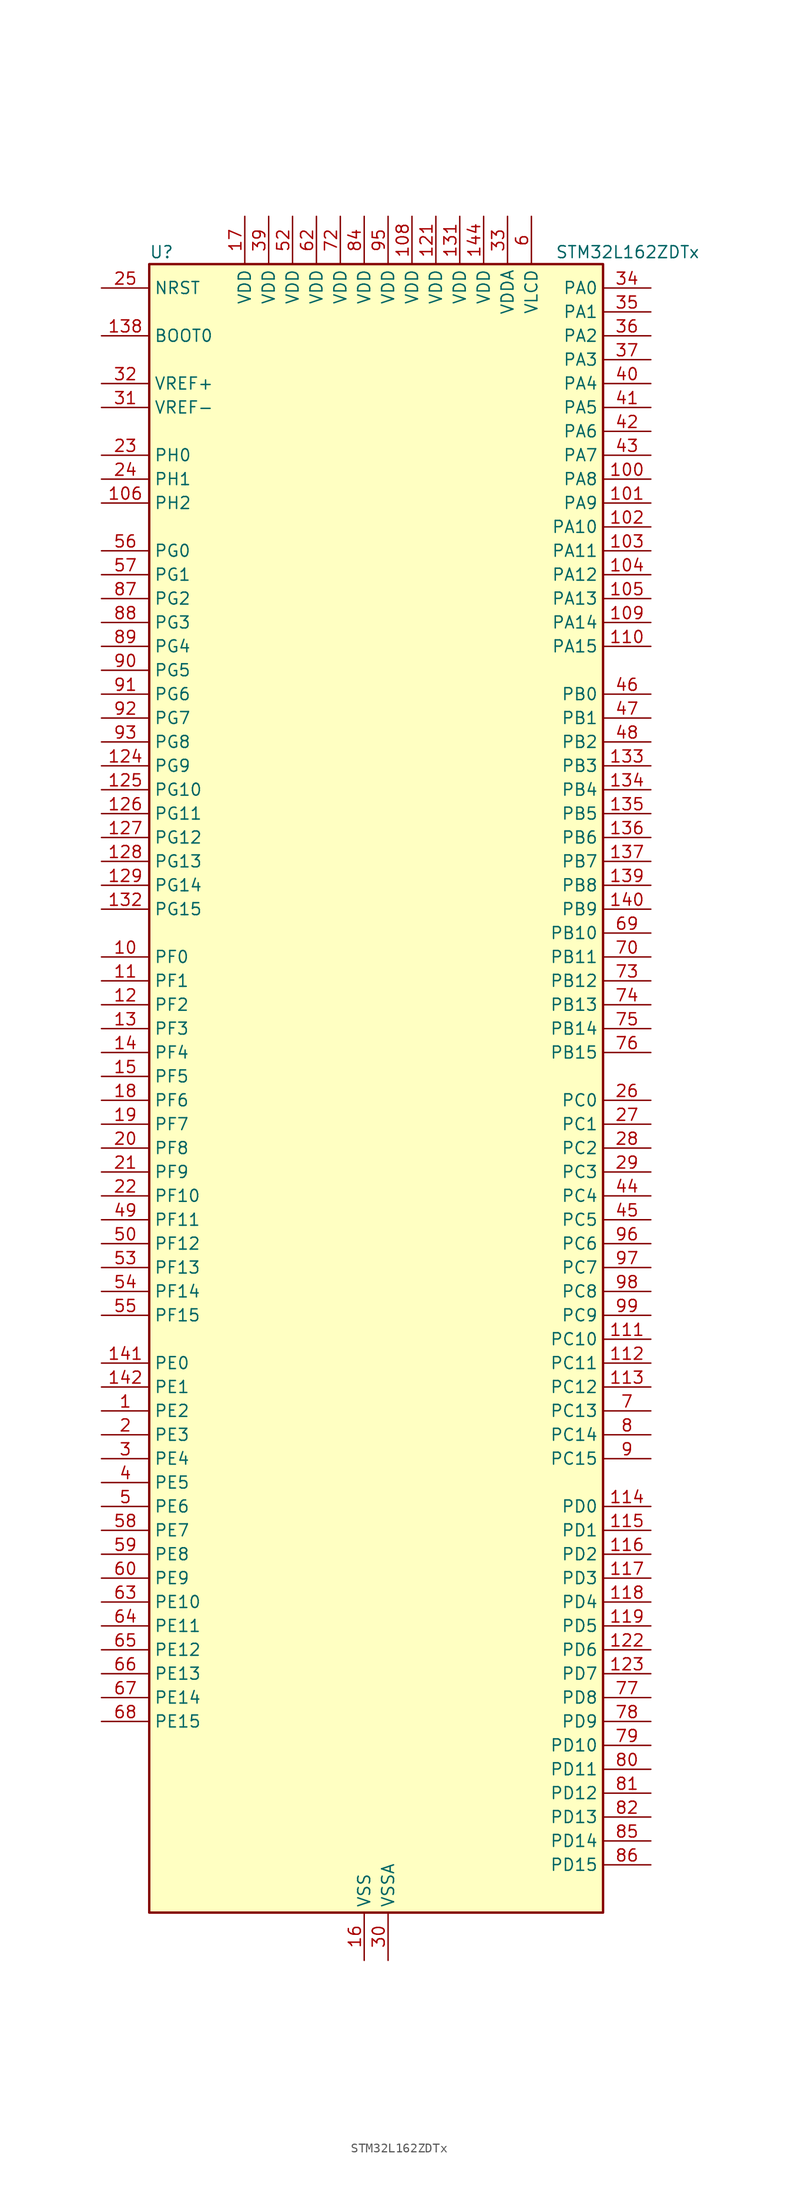
<source format=kicad_sym>
(kicad_symbol_lib
  (version 20231120)
  (generator "kicad-library-utils")
  (generator_version "8.0")
  (symbol "STM32L162ZDTx"
    (property "Reference" "U"
      (at -22.86 90.17 0)
      (effects (font (size 1.27 1.27)) (justify left)))
    (property "Value" "STM32L162ZDTx"
      (at 20.32 90.17 0)
      (effects (font (size 1.27 1.27)) (justify left)))
    (symbol "STM32L162ZDTx_0_1"
      (rectangle (start -22.86 -86.36) (end 25.4 88.9) (stroke (width 0.254) (type default)) (fill (type background))))
    (symbol "STM32L162ZDTx_1_1"
      (pin bidirectional line (at -27.94 -33.02 0) (length 5.08) (name "PE2" (effects (font (size 1.27 1.27)))) (number "1" (effects (font (size 1.27 1.27)))) (alternate "FSMC_A23" bidirectional line) (alternate "LCD_SEG38" bidirectional line) (alternate "SYS_TRACECK" bidirectional line) (alternate "TIM3_ETR" bidirectional line) (alternate "TIMX_IC3" bidirectional line))
      (pin bidirectional line (at -27.94 15.24 0) (length 5.08) (name "PF0" (effects (font (size 1.27 1.27)))) (number "10" (effects (font (size 1.27 1.27)))) (alternate "FSMC_A0" bidirectional line))
      (pin bidirectional line (at 30.48 66.04 180) (length 5.08) (name "PA8" (effects (font (size 1.27 1.27)))) (number "100" (effects (font (size 1.27 1.27)))) (alternate "LCD_COM0" bidirectional line) (alternate "RCC_MCO" bidirectional line) (alternate "TIMX_IC1" bidirectional line) (alternate "TS_G4_IO1" bidirectional line) (alternate "USART1_CK" bidirectional line))
      (pin bidirectional line (at 30.48 63.5 180) (length 5.08) (name "PA9" (effects (font (size 1.27 1.27)))) (number "101" (effects (font (size 1.27 1.27)))) (alternate "DAC_EXTI9" bidirectional line) (alternate "LCD_COM1" bidirectional line) (alternate "TIMX_IC2" bidirectional line) (alternate "TS_G4_IO2" bidirectional line) (alternate "USART1_TX" bidirectional line))
      (pin bidirectional line (at 30.48 60.96 180) (length 5.08) (name "PA10" (effects (font (size 1.27 1.27)))) (number "102" (effects (font (size 1.27 1.27)))) (alternate "LCD_COM2" bidirectional line) (alternate "TIMX_IC3" bidirectional line) (alternate "TS_G4_IO3" bidirectional line) (alternate "USART1_RX" bidirectional line))
      (pin bidirectional line (at 30.48 58.42 180) (length 5.08) (name "PA11" (effects (font (size 1.27 1.27)))) (number "103" (effects (font (size 1.27 1.27)))) (alternate "ADC_EXTI11" bidirectional line) (alternate "SPI1_MISO" bidirectional line) (alternate "TIMX_IC4" bidirectional line) (alternate "USART1_CTS" bidirectional line) (alternate "USB_DM" bidirectional line))
      (pin bidirectional line (at 30.48 55.88 180) (length 5.08) (name "PA12" (effects (font (size 1.27 1.27)))) (number "104" (effects (font (size 1.27 1.27)))) (alternate "SPI1_MOSI" bidirectional line) (alternate "TIMX_IC1" bidirectional line) (alternate "USART1_RTS" bidirectional line) (alternate "USB_DP" bidirectional line))
      (pin bidirectional line (at 30.48 53.34 180) (length 5.08) (name "PA13" (effects (font (size 1.27 1.27)))) (number "105" (effects (font (size 1.27 1.27)))) (alternate "SYS_JTMS-SWDIO" bidirectional line) (alternate "TIMX_IC2" bidirectional line) (alternate "TS_G5_IO1" bidirectional line))
      (pin bidirectional line (at -27.94 63.5 0) (length 5.08) (name "PH2" (effects (font (size 1.27 1.27)))) (number "106" (effects (font (size 1.27 1.27)))) (alternate "FSMC_A22" bidirectional line))
      (pin passive line (at 0 -91.44 90) (length 5.08) hide (name "VSS" (effects (font (size 1.27 1.27)))) (number "107" (effects (font (size 1.27 1.27)))))
      (pin power_in line (at 5.08 93.98 270) (length 5.08) (name "VDD" (effects (font (size 1.27 1.27)))) (number "108" (effects (font (size 1.27 1.27)))))
      (pin bidirectional line (at 30.48 50.8 180) (length 5.08) (name "PA14" (effects (font (size 1.27 1.27)))) (number "109" (effects (font (size 1.27 1.27)))) (alternate "SYS_JTCK-SWCLK" bidirectional line) (alternate "TIMX_IC3" bidirectional line) (alternate "TS_G5_IO2" bidirectional line))
      (pin bidirectional line (at -27.94 12.7 0) (length 5.08) (name "PF1" (effects (font (size 1.27 1.27)))) (number "11" (effects (font (size 1.27 1.27)))) (alternate "FSMC_A1" bidirectional line))
      (pin bidirectional line (at 30.48 48.26 180) (length 5.08) (name "PA15" (effects (font (size 1.27 1.27)))) (number "110" (effects (font (size 1.27 1.27)))) (alternate "ADC_EXTI15" bidirectional line) (alternate "I2S3_WS" bidirectional line) (alternate "LCD_SEG17" bidirectional line) (alternate "SPI1_NSS" bidirectional line) (alternate "SPI3_NSS" bidirectional line) (alternate "SYS_JTDI" bidirectional line) (alternate "TIM2_CH1" bidirectional line) (alternate "TIM2_ETR" bidirectional line) (alternate "TIMX_IC4" bidirectional line) (alternate "TS_G5_IO3" bidirectional line))
      (pin bidirectional line (at 30.48 -25.4 180) (length 5.08) (name "PC10" (effects (font (size 1.27 1.27)))) (number "111" (effects (font (size 1.27 1.27)))) (alternate "I2S3_CK" bidirectional line) (alternate "LCD_COM4" bidirectional line) (alternate "LCD_SEG28" bidirectional line) (alternate "LCD_SEG40" bidirectional line) (alternate "SDIO_D2" bidirectional line) (alternate "SPI3_SCK" bidirectional line) (alternate "TIMX_IC3" bidirectional line) (alternate "UART4_TX" bidirectional line) (alternate "USART3_TX" bidirectional line))
      (pin bidirectional line (at 30.48 -27.94 180) (length 5.08) (name "PC11" (effects (font (size 1.27 1.27)))) (number "112" (effects (font (size 1.27 1.27)))) (alternate "ADC_EXTI11" bidirectional line) (alternate "LCD_COM5" bidirectional line) (alternate "LCD_SEG29" bidirectional line) (alternate "LCD_SEG41" bidirectional line) (alternate "SDIO_D3" bidirectional line) (alternate "SPI3_MISO" bidirectional line) (alternate "TIMX_IC4" bidirectional line) (alternate "UART4_RX" bidirectional line) (alternate "USART3_RX" bidirectional line))
      (pin bidirectional line (at 30.48 -30.48 180) (length 5.08) (name "PC12" (effects (font (size 1.27 1.27)))) (number "113" (effects (font (size 1.27 1.27)))) (alternate "I2S3_SD" bidirectional line) (alternate "LCD_COM6" bidirectional line) (alternate "LCD_SEG30" bidirectional line) (alternate "LCD_SEG42" bidirectional line) (alternate "SDIO_CK" bidirectional line) (alternate "SPI3_MOSI" bidirectional line) (alternate "TIMX_IC1" bidirectional line) (alternate "UART5_TX" bidirectional line) (alternate "USART3_CK" bidirectional line))
      (pin bidirectional line (at 30.48 -43.18 180) (length 5.08) (name "PD0" (effects (font (size 1.27 1.27)))) (number "114" (effects (font (size 1.27 1.27)))) (alternate "FSMC_D2" bidirectional line) (alternate "FSMC_DA2" bidirectional line) (alternate "I2S2_WS" bidirectional line) (alternate "SPI2_NSS" bidirectional line) (alternate "TIM9_CH1" bidirectional line) (alternate "TIMX_IC1" bidirectional line))
      (pin bidirectional line (at 30.48 -45.72 180) (length 5.08) (name "PD1" (effects (font (size 1.27 1.27)))) (number "115" (effects (font (size 1.27 1.27)))) (alternate "FSMC_D3" bidirectional line) (alternate "FSMC_DA3" bidirectional line) (alternate "I2S2_CK" bidirectional line) (alternate "SPI2_SCK" bidirectional line) (alternate "TIMX_IC2" bidirectional line))
      (pin bidirectional line (at 30.48 -48.26 180) (length 5.08) (name "PD2" (effects (font (size 1.27 1.27)))) (number "116" (effects (font (size 1.27 1.27)))) (alternate "LCD_COM7" bidirectional line) (alternate "LCD_SEG31" bidirectional line) (alternate "LCD_SEG43" bidirectional line) (alternate "SDIO_CMD" bidirectional line) (alternate "TIM3_ETR" bidirectional line) (alternate "TIMX_IC3" bidirectional line) (alternate "UART5_RX" bidirectional line))
      (pin bidirectional line (at 30.48 -50.8 180) (length 5.08) (name "PD3" (effects (font (size 1.27 1.27)))) (number "117" (effects (font (size 1.27 1.27)))) (alternate "FSMC_CLK" bidirectional line) (alternate "SPI2_MISO" bidirectional line) (alternate "TIMX_IC4" bidirectional line) (alternate "USART2_CTS" bidirectional line))
      (pin bidirectional line (at 30.48 -53.34 180) (length 5.08) (name "PD4" (effects (font (size 1.27 1.27)))) (number "118" (effects (font (size 1.27 1.27)))) (alternate "FSMC_NOE" bidirectional line) (alternate "I2S2_SD" bidirectional line) (alternate "SPI2_MOSI" bidirectional line) (alternate "TIMX_IC1" bidirectional line) (alternate "USART2_RTS" bidirectional line))
      (pin bidirectional line (at 30.48 -55.88 180) (length 5.08) (name "PD5" (effects (font (size 1.27 1.27)))) (number "119" (effects (font (size 1.27 1.27)))) (alternate "FSMC_NWE" bidirectional line) (alternate "TIMX_IC2" bidirectional line) (alternate "USART2_TX" bidirectional line))
      (pin bidirectional line (at -27.94 10.16 0) (length 5.08) (name "PF2" (effects (font (size 1.27 1.27)))) (number "12" (effects (font (size 1.27 1.27)))) (alternate "FSMC_A2" bidirectional line))
      (pin passive line (at 0 -91.44 90) (length 5.08) hide (name "VSS" (effects (font (size 1.27 1.27)))) (number "120" (effects (font (size 1.27 1.27)))))
      (pin power_in line (at 7.62 93.98 270) (length 5.08) (name "VDD" (effects (font (size 1.27 1.27)))) (number "121" (effects (font (size 1.27 1.27)))))
      (pin bidirectional line (at 30.48 -58.42 180) (length 5.08) (name "PD6" (effects (font (size 1.27 1.27)))) (number "122" (effects (font (size 1.27 1.27)))) (alternate "FSMC_NWAIT" bidirectional line) (alternate "TIMX_IC3" bidirectional line) (alternate "USART2_RX" bidirectional line))
      (pin bidirectional line (at 30.48 -60.96 180) (length 5.08) (name "PD7" (effects (font (size 1.27 1.27)))) (number "123" (effects (font (size 1.27 1.27)))) (alternate "FSMC_NE1" bidirectional line) (alternate "TIM9_CH2" bidirectional line) (alternate "TIMX_IC4" bidirectional line) (alternate "USART2_CK" bidirectional line))
      (pin bidirectional line (at -27.94 35.56 0) (length 5.08) (name "PG9" (effects (font (size 1.27 1.27)))) (number "124" (effects (font (size 1.27 1.27)))) (alternate "DAC_EXTI9" bidirectional line) (alternate "FSMC_NE2" bidirectional line))
      (pin bidirectional line (at -27.94 33.02 0) (length 5.08) (name "PG10" (effects (font (size 1.27 1.27)))) (number "125" (effects (font (size 1.27 1.27)))) (alternate "FSMC_NE3" bidirectional line))
      (pin bidirectional line (at -27.94 30.48 0) (length 5.08) (name "PG11" (effects (font (size 1.27 1.27)))) (number "126" (effects (font (size 1.27 1.27)))) (alternate "ADC_EXTI11" bidirectional line))
      (pin bidirectional line (at -27.94 27.94 0) (length 5.08) (name "PG12" (effects (font (size 1.27 1.27)))) (number "127" (effects (font (size 1.27 1.27)))) (alternate "FSMC_NE4" bidirectional line))
      (pin bidirectional line (at -27.94 25.4 0) (length 5.08) (name "PG13" (effects (font (size 1.27 1.27)))) (number "128" (effects (font (size 1.27 1.27)))) (alternate "FSMC_A24" bidirectional line))
      (pin bidirectional line (at -27.94 22.86 0) (length 5.08) (name "PG14" (effects (font (size 1.27 1.27)))) (number "129" (effects (font (size 1.27 1.27)))) (alternate "FSMC_A25" bidirectional line))
      (pin bidirectional line (at -27.94 7.62 0) (length 5.08) (name "PF3" (effects (font (size 1.27 1.27)))) (number "13" (effects (font (size 1.27 1.27)))) (alternate "FSMC_A3" bidirectional line))
      (pin passive line (at 0 -91.44 90) (length 5.08) hide (name "VSS" (effects (font (size 1.27 1.27)))) (number "130" (effects (font (size 1.27 1.27)))))
      (pin power_in line (at 10.16 93.98 270) (length 5.08) (name "VDD" (effects (font (size 1.27 1.27)))) (number "131" (effects (font (size 1.27 1.27)))))
      (pin bidirectional line (at -27.94 20.32 0) (length 5.08) (name "PG15" (effects (font (size 1.27 1.27)))) (number "132" (effects (font (size 1.27 1.27)))) (alternate "ADC_EXTI15" bidirectional line))
      (pin bidirectional line (at 30.48 35.56 180) (length 5.08) (name "PB3" (effects (font (size 1.27 1.27)))) (number "133" (effects (font (size 1.27 1.27)))) (alternate "COMP2_INM" bidirectional line) (alternate "I2S3_CK" bidirectional line) (alternate "LCD_SEG7" bidirectional line) (alternate "SPI1_SCK" bidirectional line) (alternate "SPI3_SCK" bidirectional line) (alternate "SYS_JTDO-TRACESWO" bidirectional line) (alternate "TIM2_CH2" bidirectional line))
      (pin bidirectional line (at 30.48 33.02 180) (length 5.08) (name "PB4" (effects (font (size 1.27 1.27)))) (number "134" (effects (font (size 1.27 1.27)))) (alternate "COMP2_INP" bidirectional line) (alternate "LCD_SEG8" bidirectional line) (alternate "SPI1_MISO" bidirectional line) (alternate "SPI3_MISO" bidirectional line) (alternate "SYS_JTRST" bidirectional line) (alternate "TIM3_CH1" bidirectional line) (alternate "TS_G6_IO1" bidirectional line))
      (pin bidirectional line (at 30.48 30.48 180) (length 5.08) (name "PB5" (effects (font (size 1.27 1.27)))) (number "135" (effects (font (size 1.27 1.27)))) (alternate "COMP2_INP" bidirectional line) (alternate "I2C1_SMBA" bidirectional line) (alternate "I2S3_SD" bidirectional line) (alternate "LCD_SEG9" bidirectional line) (alternate "SPI1_MOSI" bidirectional line) (alternate "SPI3_MOSI" bidirectional line) (alternate "TIM3_CH2" bidirectional line) (alternate "TS_G6_IO2" bidirectional line))
      (pin bidirectional line (at 30.48 27.94 180) (length 5.08) (name "PB6" (effects (font (size 1.27 1.27)))) (number "136" (effects (font (size 1.27 1.27)))) (alternate "COMP2_INP" bidirectional line) (alternate "I2C1_SCL" bidirectional line) (alternate "TIM4_CH1" bidirectional line) (alternate "TS_G6_IO3" bidirectional line) (alternate "USART1_TX" bidirectional line))
      (pin bidirectional line (at 30.48 25.4 180) (length 5.08) (name "PB7" (effects (font (size 1.27 1.27)))) (number "137" (effects (font (size 1.27 1.27)))) (alternate "COMP2_INP" bidirectional line) (alternate "FSMC_NL" bidirectional line) (alternate "I2C1_SDA" bidirectional line) (alternate "SYS_PVD_IN" bidirectional line) (alternate "TIM4_CH2" bidirectional line) (alternate "TS_G6_IO4" bidirectional line) (alternate "USART1_RX" bidirectional line))
      (pin input line (at -27.94 81.28 0) (length 5.08) (name "BOOT0" (effects (font (size 1.27 1.27)))) (number "138" (effects (font (size 1.27 1.27)))))
      (pin bidirectional line (at 30.48 22.86 180) (length 5.08) (name "PB8" (effects (font (size 1.27 1.27)))) (number "139" (effects (font (size 1.27 1.27)))) (alternate "I2C1_SCL" bidirectional line) (alternate "LCD_SEG16" bidirectional line) (alternate "SDIO_D4" bidirectional line) (alternate "TIM10_CH1" bidirectional line) (alternate "TIM4_CH3" bidirectional line))
      (pin bidirectional line (at -27.94 5.08 0) (length 5.08) (name "PF4" (effects (font (size 1.27 1.27)))) (number "14" (effects (font (size 1.27 1.27)))) (alternate "FSMC_A4" bidirectional line))
      (pin bidirectional line (at 30.48 20.32 180) (length 5.08) (name "PB9" (effects (font (size 1.27 1.27)))) (number "140" (effects (font (size 1.27 1.27)))) (alternate "DAC_EXTI9" bidirectional line) (alternate "I2C1_SDA" bidirectional line) (alternate "LCD_COM3" bidirectional line) (alternate "SDIO_D5" bidirectional line) (alternate "TIM11_CH1" bidirectional line) (alternate "TIM4_CH4" bidirectional line))
      (pin bidirectional line (at -27.94 -27.94 0) (length 5.08) (name "PE0" (effects (font (size 1.27 1.27)))) (number "141" (effects (font (size 1.27 1.27)))) (alternate "FSMC_NBL0" bidirectional line) (alternate "LCD_SEG36" bidirectional line) (alternate "TIM10_CH1" bidirectional line) (alternate "TIM4_ETR" bidirectional line) (alternate "TIMX_IC1" bidirectional line))
      (pin bidirectional line (at -27.94 -30.48 0) (length 5.08) (name "PE1" (effects (font (size 1.27 1.27)))) (number "142" (effects (font (size 1.27 1.27)))) (alternate "FSMC_NBL1" bidirectional line) (alternate "LCD_SEG37" bidirectional line) (alternate "TIM11_CH1" bidirectional line) (alternate "TIMX_IC2" bidirectional line))
      (pin passive line (at 0 -91.44 90) (length 5.08) hide (name "VSS" (effects (font (size 1.27 1.27)))) (number "143" (effects (font (size 1.27 1.27)))))
      (pin power_in line (at 12.7 93.98 270) (length 5.08) (name "VDD" (effects (font (size 1.27 1.27)))) (number "144" (effects (font (size 1.27 1.27)))))
      (pin bidirectional line (at -27.94 2.54 0) (length 5.08) (name "PF5" (effects (font (size 1.27 1.27)))) (number "15" (effects (font (size 1.27 1.27)))) (alternate "FSMC_A5" bidirectional line))
      (pin power_in line (at 0 -91.44 90) (length 5.08) (name "VSS" (effects (font (size 1.27 1.27)))) (number "16" (effects (font (size 1.27 1.27)))))
      (pin power_in line (at -12.7 93.98 270) (length 5.08) (name "VDD" (effects (font (size 1.27 1.27)))) (number "17" (effects (font (size 1.27 1.27)))))
      (pin bidirectional line (at -27.94 0 0) (length 5.08) (name "PF6" (effects (font (size 1.27 1.27)))) (number "18" (effects (font (size 1.27 1.27)))) (alternate "ADC_IN27" bidirectional line) (alternate "TIM5_CH1" bidirectional line) (alternate "TIM5_ETR" bidirectional line) (alternate "TS_G11_IO1" bidirectional line))
      (pin bidirectional line (at -27.94 -2.54 0) (length 5.08) (name "PF7" (effects (font (size 1.27 1.27)))) (number "19" (effects (font (size 1.27 1.27)))) (alternate "ADC_IN28" bidirectional line) (alternate "COMP1_INP" bidirectional line) (alternate "TIM5_CH2" bidirectional line) (alternate "TS_G11_IO2" bidirectional line))
      (pin bidirectional line (at -27.94 -35.56 0) (length 5.08) (name "PE3" (effects (font (size 1.27 1.27)))) (number "2" (effects (font (size 1.27 1.27)))) (alternate "FSMC_A19" bidirectional line) (alternate "LCD_SEG39" bidirectional line) (alternate "SYS_TRACED0" bidirectional line) (alternate "TIM3_CH1" bidirectional line) (alternate "TIMX_IC4" bidirectional line))
      (pin bidirectional line (at -27.94 -5.08 0) (length 5.08) (name "PF8" (effects (font (size 1.27 1.27)))) (number "20" (effects (font (size 1.27 1.27)))) (alternate "ADC_IN29" bidirectional line) (alternate "COMP1_INP" bidirectional line) (alternate "TIM5_CH3" bidirectional line) (alternate "TS_G11_IO3" bidirectional line))
      (pin bidirectional line (at -27.94 -7.62 0) (length 5.08) (name "PF9" (effects (font (size 1.27 1.27)))) (number "21" (effects (font (size 1.27 1.27)))) (alternate "ADC_IN30" bidirectional line) (alternate "COMP1_INP" bidirectional line) (alternate "DAC_EXTI9" bidirectional line) (alternate "TIM5_CH4" bidirectional line) (alternate "TS_G11_IO4" bidirectional line))
      (pin bidirectional line (at -27.94 -10.16 0) (length 5.08) (name "PF10" (effects (font (size 1.27 1.27)))) (number "22" (effects (font (size 1.27 1.27)))) (alternate "ADC_IN31" bidirectional line) (alternate "COMP1_INP" bidirectional line) (alternate "TS_G11_IO5" bidirectional line))
      (pin bidirectional line (at -27.94 68.58 0) (length 5.08) (name "PH0" (effects (font (size 1.27 1.27)))) (number "23" (effects (font (size 1.27 1.27)))) (alternate "RCC_OSC_IN" bidirectional line))
      (pin bidirectional line (at -27.94 66.04 0) (length 5.08) (name "PH1" (effects (font (size 1.27 1.27)))) (number "24" (effects (font (size 1.27 1.27)))) (alternate "RCC_OSC_OUT" bidirectional line))
      (pin input line (at -27.94 86.36 0) (length 5.08) (name "NRST" (effects (font (size 1.27 1.27)))) (number "25" (effects (font (size 1.27 1.27)))))
      (pin bidirectional line (at 30.48 0 180) (length 5.08) (name "PC0" (effects (font (size 1.27 1.27)))) (number "26" (effects (font (size 1.27 1.27)))) (alternate "ADC_IN10" bidirectional line) (alternate "COMP1_INP" bidirectional line) (alternate "LCD_SEG18" bidirectional line) (alternate "TIMX_IC1" bidirectional line) (alternate "TS_G8_IO1" bidirectional line))
      (pin bidirectional line (at 30.48 -2.54 180) (length 5.08) (name "PC1" (effects (font (size 1.27 1.27)))) (number "27" (effects (font (size 1.27 1.27)))) (alternate "ADC_IN11" bidirectional line) (alternate "COMP1_INP" bidirectional line) (alternate "LCD_SEG19" bidirectional line) (alternate "OPAMP3_VINP" bidirectional line) (alternate "TIMX_IC2" bidirectional line) (alternate "TS_G8_IO2" bidirectional line))
      (pin bidirectional line (at 30.48 -5.08 180) (length 5.08) (name "PC2" (effects (font (size 1.27 1.27)))) (number "28" (effects (font (size 1.27 1.27)))) (alternate "ADC_IN12" bidirectional line) (alternate "COMP1_INP" bidirectional line) (alternate "LCD_SEG20" bidirectional line) (alternate "OPAMP3_VINM" bidirectional line) (alternate "TIMX_IC3" bidirectional line) (alternate "TS_G8_IO3" bidirectional line))
      (pin bidirectional line (at 30.48 -7.62 180) (length 5.08) (name "PC3" (effects (font (size 1.27 1.27)))) (number "29" (effects (font (size 1.27 1.27)))) (alternate "ADC_IN13" bidirectional line) (alternate "COMP1_INP" bidirectional line) (alternate "LCD_SEG21" bidirectional line) (alternate "OPAMP3_VOUT" bidirectional line) (alternate "TIMX_IC4" bidirectional line) (alternate "TS_G8_IO4" bidirectional line))
      (pin bidirectional line (at -27.94 -38.1 0) (length 5.08) (name "PE4" (effects (font (size 1.27 1.27)))) (number "3" (effects (font (size 1.27 1.27)))) (alternate "FSMC_A20" bidirectional line) (alternate "SYS_TRACED1" bidirectional line) (alternate "TIM3_CH2" bidirectional line) (alternate "TIMX_IC1" bidirectional line))
      (pin power_in line (at 2.54 -91.44 90) (length 5.08) (name "VSSA" (effects (font (size 1.27 1.27)))) (number "30" (effects (font (size 1.27 1.27)))))
      (pin input line (at -27.94 73.66 0) (length 5.08) (name "VREF-" (effects (font (size 1.27 1.27)))) (number "31" (effects (font (size 1.27 1.27)))))
      (pin input line (at -27.94 76.2 0) (length 5.08) (name "VREF+" (effects (font (size 1.27 1.27)))) (number "32" (effects (font (size 1.27 1.27)))))
      (pin power_in line (at 15.24 93.98 270) (length 5.08) (name "VDDA" (effects (font (size 1.27 1.27)))) (number "33" (effects (font (size 1.27 1.27)))))
      (pin bidirectional line (at 30.48 86.36 180) (length 5.08) (name "PA0" (effects (font (size 1.27 1.27)))) (number "34" (effects (font (size 1.27 1.27)))) (alternate "ADC_IN0" bidirectional line) (alternate "COMP1_INP" bidirectional line) (alternate "RTC_TAMP2" bidirectional line) (alternate "SYS_WKUP1" bidirectional line) (alternate "TIM2_CH1" bidirectional line) (alternate "TIM2_ETR" bidirectional line) (alternate "TIM5_CH1" bidirectional line) (alternate "TIMX_IC1" bidirectional line) (alternate "TS_G1_IO1" bidirectional line) (alternate "USART2_CTS" bidirectional line))
      (pin bidirectional line (at 30.48 83.82 180) (length 5.08) (name "PA1" (effects (font (size 1.27 1.27)))) (number "35" (effects (font (size 1.27 1.27)))) (alternate "ADC_IN1" bidirectional line) (alternate "COMP1_INP" bidirectional line) (alternate "LCD_SEG0" bidirectional line) (alternate "OPAMP1_VINP" bidirectional line) (alternate "TIM2_CH2" bidirectional line) (alternate "TIM5_CH2" bidirectional line) (alternate "TIMX_IC2" bidirectional line) (alternate "TS_G1_IO2" bidirectional line) (alternate "USART2_RTS" bidirectional line))
      (pin bidirectional line (at 30.48 81.28 180) (length 5.08) (name "PA2" (effects (font (size 1.27 1.27)))) (number "36" (effects (font (size 1.27 1.27)))) (alternate "ADC_IN2" bidirectional line) (alternate "COMP1_INP" bidirectional line) (alternate "LCD_SEG1" bidirectional line) (alternate "OPAMP1_VINM" bidirectional line) (alternate "TIM2_CH3" bidirectional line) (alternate "TIM5_CH3" bidirectional line) (alternate "TIM9_CH1" bidirectional line) (alternate "TIMX_IC3" bidirectional line) (alternate "TS_G1_IO3" bidirectional line) (alternate "USART2_TX" bidirectional line))
      (pin bidirectional line (at 30.48 78.74 180) (length 5.08) (name "PA3" (effects (font (size 1.27 1.27)))) (number "37" (effects (font (size 1.27 1.27)))) (alternate "ADC_IN3" bidirectional line) (alternate "COMP1_INP" bidirectional line) (alternate "LCD_SEG2" bidirectional line) (alternate "OPAMP1_VOUT" bidirectional line) (alternate "TIM2_CH4" bidirectional line) (alternate "TIM5_CH4" bidirectional line) (alternate "TIM9_CH2" bidirectional line) (alternate "TIMX_IC4" bidirectional line) (alternate "TS_G1_IO4" bidirectional line) (alternate "USART2_RX" bidirectional line))
      (pin passive line (at 0 -91.44 90) (length 5.08) hide (name "VSS" (effects (font (size 1.27 1.27)))) (number "38" (effects (font (size 1.27 1.27)))))
      (pin power_in line (at -10.16 93.98 270) (length 5.08) (name "VDD" (effects (font (size 1.27 1.27)))) (number "39" (effects (font (size 1.27 1.27)))))
      (pin bidirectional line (at -27.94 -40.64 0) (length 5.08) (name "PE5" (effects (font (size 1.27 1.27)))) (number "4" (effects (font (size 1.27 1.27)))) (alternate "FSMC_A21" bidirectional line) (alternate "SYS_TRACED2" bidirectional line) (alternate "TIM9_CH1" bidirectional line) (alternate "TIMX_IC2" bidirectional line))
      (pin bidirectional line (at 30.48 76.2 180) (length 5.08) (name "PA4" (effects (font (size 1.27 1.27)))) (number "40" (effects (font (size 1.27 1.27)))) (alternate "ADC_IN4" bidirectional line) (alternate "COMP1_INP" bidirectional line) (alternate "DAC_OUT1" bidirectional line) (alternate "I2S3_WS" bidirectional line) (alternate "SPI1_NSS" bidirectional line) (alternate "SPI3_NSS" bidirectional line) (alternate "TIMX_IC1" bidirectional line) (alternate "USART2_CK" bidirectional line))
      (pin bidirectional line (at 30.48 73.66 180) (length 5.08) (name "PA5" (effects (font (size 1.27 1.27)))) (number "41" (effects (font (size 1.27 1.27)))) (alternate "ADC_IN5" bidirectional line) (alternate "COMP1_INP" bidirectional line) (alternate "DAC_OUT2" bidirectional line) (alternate "SPI1_SCK" bidirectional line) (alternate "TIM2_CH1" bidirectional line) (alternate "TIM2_ETR" bidirectional line) (alternate "TIMX_IC2" bidirectional line))
      (pin bidirectional line (at 30.48 71.12 180) (length 5.08) (name "PA6" (effects (font (size 1.27 1.27)))) (number "42" (effects (font (size 1.27 1.27)))) (alternate "ADC_IN6" bidirectional line) (alternate "COMP1_INP" bidirectional line) (alternate "LCD_SEG3" bidirectional line) (alternate "OPAMP2_VINP" bidirectional line) (alternate "SPI1_MISO" bidirectional line) (alternate "TIM10_CH1" bidirectional line) (alternate "TIM3_CH1" bidirectional line) (alternate "TIMX_IC3" bidirectional line) (alternate "TS_G2_IO1" bidirectional line))
      (pin bidirectional line (at 30.48 68.58 180) (length 5.08) (name "PA7" (effects (font (size 1.27 1.27)))) (number "43" (effects (font (size 1.27 1.27)))) (alternate "ADC_IN7" bidirectional line) (alternate "COMP1_INP" bidirectional line) (alternate "LCD_SEG4" bidirectional line) (alternate "OPAMP2_VINM" bidirectional line) (alternate "SPI1_MOSI" bidirectional line) (alternate "TIM11_CH1" bidirectional line) (alternate "TIM3_CH2" bidirectional line) (alternate "TIMX_IC4" bidirectional line) (alternate "TS_G2_IO2" bidirectional line))
      (pin bidirectional line (at 30.48 -10.16 180) (length 5.08) (name "PC4" (effects (font (size 1.27 1.27)))) (number "44" (effects (font (size 1.27 1.27)))) (alternate "ADC_IN14" bidirectional line) (alternate "COMP1_INP" bidirectional line) (alternate "LCD_SEG22" bidirectional line) (alternate "TIMX_IC1" bidirectional line) (alternate "TS_G9_IO1" bidirectional line))
      (pin bidirectional line (at 30.48 -12.7 180) (length 5.08) (name "PC5" (effects (font (size 1.27 1.27)))) (number "45" (effects (font (size 1.27 1.27)))) (alternate "ADC_IN15" bidirectional line) (alternate "COMP1_INP" bidirectional line) (alternate "LCD_SEG23" bidirectional line) (alternate "TIMX_IC2" bidirectional line) (alternate "TS_G9_IO2" bidirectional line))
      (pin bidirectional line (at 30.48 43.18 180) (length 5.08) (name "PB0" (effects (font (size 1.27 1.27)))) (number "46" (effects (font (size 1.27 1.27)))) (alternate "ADC_IN8" bidirectional line) (alternate "COMP1_INP" bidirectional line) (alternate "LCD_SEG5" bidirectional line) (alternate "OPAMP2_VOUT" bidirectional line) (alternate "SYS_V_REF_OUT" bidirectional line) (alternate "TIM3_CH3" bidirectional line) (alternate "TS_G3_IO1" bidirectional line))
      (pin bidirectional line (at 30.48 40.64 180) (length 5.08) (name "PB1" (effects (font (size 1.27 1.27)))) (number "47" (effects (font (size 1.27 1.27)))) (alternate "ADC_IN9" bidirectional line) (alternate "COMP1_INP" bidirectional line) (alternate "LCD_SEG6" bidirectional line) (alternate "SYS_V_REF_OUT" bidirectional line) (alternate "TIM3_CH4" bidirectional line) (alternate "TS_G3_IO2" bidirectional line))
      (pin bidirectional line (at 30.48 38.1 180) (length 5.08) (name "PB2" (effects (font (size 1.27 1.27)))) (number "48" (effects (font (size 1.27 1.27)))) (alternate "ADC_IN0b" bidirectional line) (alternate "TS_G3_IO3" bidirectional line))
      (pin bidirectional line (at -27.94 -12.7 0) (length 5.08) (name "PF11" (effects (font (size 1.27 1.27)))) (number "49" (effects (font (size 1.27 1.27)))) (alternate "ADC_EXTI11" bidirectional line) (alternate "ADC_IN1b" bidirectional line) (alternate "TS_G3_IO4" bidirectional line))
      (pin bidirectional line (at -27.94 -43.18 0) (length 5.08) (name "PE6" (effects (font (size 1.27 1.27)))) (number "5" (effects (font (size 1.27 1.27)))) (alternate "RTC_TAMP3" bidirectional line) (alternate "SYS_TRACED3" bidirectional line) (alternate "SYS_WKUP3" bidirectional line) (alternate "TIM9_CH2" bidirectional line) (alternate "TIMX_IC3" bidirectional line))
      (pin bidirectional line (at -27.94 -15.24 0) (length 5.08) (name "PF12" (effects (font (size 1.27 1.27)))) (number "50" (effects (font (size 1.27 1.27)))) (alternate "ADC_IN2b" bidirectional line) (alternate "FSMC_A6" bidirectional line) (alternate "TS_G3_IO5" bidirectional line))
      (pin passive line (at 0 -91.44 90) (length 5.08) hide (name "VSS" (effects (font (size 1.27 1.27)))) (number "51" (effects (font (size 1.27 1.27)))))
      (pin power_in line (at -7.62 93.98 270) (length 5.08) (name "VDD" (effects (font (size 1.27 1.27)))) (number "52" (effects (font (size 1.27 1.27)))))
      (pin bidirectional line (at -27.94 -17.78 0) (length 5.08) (name "PF13" (effects (font (size 1.27 1.27)))) (number "53" (effects (font (size 1.27 1.27)))) (alternate "ADC_IN3b" bidirectional line) (alternate "FSMC_A7" bidirectional line) (alternate "TS_G9_IO3" bidirectional line))
      (pin bidirectional line (at -27.94 -20.32 0) (length 5.08) (name "PF14" (effects (font (size 1.27 1.27)))) (number "54" (effects (font (size 1.27 1.27)))) (alternate "ADC_IN6b" bidirectional line) (alternate "FSMC_A8" bidirectional line) (alternate "TS_G9_IO4" bidirectional line))
      (pin bidirectional line (at -27.94 -22.86 0) (length 5.08) (name "PF15" (effects (font (size 1.27 1.27)))) (number "55" (effects (font (size 1.27 1.27)))) (alternate "ADC_EXTI15" bidirectional line) (alternate "ADC_IN7b" bidirectional line) (alternate "FSMC_A9" bidirectional line) (alternate "TS_G2_IO3" bidirectional line))
      (pin bidirectional line (at -27.94 58.42 0) (length 5.08) (name "PG0" (effects (font (size 1.27 1.27)))) (number "56" (effects (font (size 1.27 1.27)))) (alternate "ADC_IN8b" bidirectional line) (alternate "FSMC_A10" bidirectional line) (alternate "TS_G2_IO4" bidirectional line))
      (pin bidirectional line (at -27.94 55.88 0) (length 5.08) (name "PG1" (effects (font (size 1.27 1.27)))) (number "57" (effects (font (size 1.27 1.27)))) (alternate "ADC_IN9b" bidirectional line) (alternate "FSMC_A11" bidirectional line) (alternate "TS_G2_IO5" bidirectional line))
      (pin bidirectional line (at -27.94 -45.72 0) (length 5.08) (name "PE7" (effects (font (size 1.27 1.27)))) (number "58" (effects (font (size 1.27 1.27)))) (alternate "ADC_IN22" bidirectional line) (alternate "COMP1_INP" bidirectional line) (alternate "FSMC_D4" bidirectional line) (alternate "FSMC_DA4" bidirectional line) (alternate "TIMX_IC4" bidirectional line))
      (pin bidirectional line (at -27.94 -48.26 0) (length 5.08) (name "PE8" (effects (font (size 1.27 1.27)))) (number "59" (effects (font (size 1.27 1.27)))) (alternate "ADC_IN23" bidirectional line) (alternate "COMP1_INP" bidirectional line) (alternate "FSMC_D5" bidirectional line) (alternate "FSMC_DA5" bidirectional line) (alternate "TIMX_IC1" bidirectional line))
      (pin power_in line (at 17.78 93.98 270) (length 5.08) (name "VLCD" (effects (font (size 1.27 1.27)))) (number "6" (effects (font (size 1.27 1.27)))))
      (pin bidirectional line (at -27.94 -50.8 0) (length 5.08) (name "PE9" (effects (font (size 1.27 1.27)))) (number "60" (effects (font (size 1.27 1.27)))) (alternate "ADC_IN24" bidirectional line) (alternate "COMP1_INP" bidirectional line) (alternate "DAC_EXTI9" bidirectional line) (alternate "FSMC_D6" bidirectional line) (alternate "FSMC_DA6" bidirectional line) (alternate "TIM2_CH1" bidirectional line) (alternate "TIM2_ETR" bidirectional line) (alternate "TIMX_IC2" bidirectional line))
      (pin passive line (at 0 -91.44 90) (length 5.08) hide (name "VSS" (effects (font (size 1.27 1.27)))) (number "61" (effects (font (size 1.27 1.27)))))
      (pin power_in line (at -5.08 93.98 270) (length 5.08) (name "VDD" (effects (font (size 1.27 1.27)))) (number "62" (effects (font (size 1.27 1.27)))))
      (pin bidirectional line (at -27.94 -53.34 0) (length 5.08) (name "PE10" (effects (font (size 1.27 1.27)))) (number "63" (effects (font (size 1.27 1.27)))) (alternate "ADC_IN25" bidirectional line) (alternate "COMP1_INP" bidirectional line) (alternate "FSMC_D7" bidirectional line) (alternate "FSMC_DA7" bidirectional line) (alternate "TIM2_CH2" bidirectional line) (alternate "TIMX_IC3" bidirectional line))
      (pin bidirectional line (at -27.94 -55.88 0) (length 5.08) (name "PE11" (effects (font (size 1.27 1.27)))) (number "64" (effects (font (size 1.27 1.27)))) (alternate "ADC_EXTI11" bidirectional line) (alternate "FSMC_D8" bidirectional line) (alternate "FSMC_DA8" bidirectional line) (alternate "TIM2_CH3" bidirectional line) (alternate "TIMX_IC4" bidirectional line))
      (pin bidirectional line (at -27.94 -58.42 0) (length 5.08) (name "PE12" (effects (font (size 1.27 1.27)))) (number "65" (effects (font (size 1.27 1.27)))) (alternate "FSMC_D9" bidirectional line) (alternate "FSMC_DA9" bidirectional line) (alternate "SPI1_NSS" bidirectional line) (alternate "TIM2_CH4" bidirectional line) (alternate "TIMX_IC1" bidirectional line))
      (pin bidirectional line (at -27.94 -60.96 0) (length 5.08) (name "PE13" (effects (font (size 1.27 1.27)))) (number "66" (effects (font (size 1.27 1.27)))) (alternate "FSMC_D10" bidirectional line) (alternate "FSMC_DA10" bidirectional line) (alternate "SPI1_SCK" bidirectional line) (alternate "TIMX_IC2" bidirectional line))
      (pin bidirectional line (at -27.94 -63.5 0) (length 5.08) (name "PE14" (effects (font (size 1.27 1.27)))) (number "67" (effects (font (size 1.27 1.27)))) (alternate "FSMC_D11" bidirectional line) (alternate "FSMC_DA11" bidirectional line) (alternate "SPI1_MISO" bidirectional line) (alternate "TIMX_IC3" bidirectional line))
      (pin bidirectional line (at -27.94 -66.04 0) (length 5.08) (name "PE15" (effects (font (size 1.27 1.27)))) (number "68" (effects (font (size 1.27 1.27)))) (alternate "ADC_EXTI15" bidirectional line) (alternate "FSMC_D12" bidirectional line) (alternate "FSMC_DA12" bidirectional line) (alternate "SPI1_MOSI" bidirectional line) (alternate "TIMX_IC4" bidirectional line))
      (pin bidirectional line (at 30.48 17.78 180) (length 5.08) (name "PB10" (effects (font (size 1.27 1.27)))) (number "69" (effects (font (size 1.27 1.27)))) (alternate "I2C2_SCL" bidirectional line) (alternate "LCD_SEG10" bidirectional line) (alternate "TIM2_CH3" bidirectional line) (alternate "USART3_TX" bidirectional line))
      (pin bidirectional line (at 30.48 -33.02 180) (length 5.08) (name "PC13" (effects (font (size 1.27 1.27)))) (number "7" (effects (font (size 1.27 1.27)))) (alternate "RTC_OUT_ALARM" bidirectional line) (alternate "RTC_OUT_CALIB" bidirectional line) (alternate "RTC_TAMP1" bidirectional line) (alternate "RTC_TS" bidirectional line) (alternate "SYS_WKUP2" bidirectional line) (alternate "TIMX_IC2" bidirectional line))
      (pin bidirectional line (at 30.48 15.24 180) (length 5.08) (name "PB11" (effects (font (size 1.27 1.27)))) (number "70" (effects (font (size 1.27 1.27)))) (alternate "ADC_EXTI11" bidirectional line) (alternate "I2C2_SDA" bidirectional line) (alternate "LCD_SEG11" bidirectional line) (alternate "TIM2_CH4" bidirectional line) (alternate "USART3_RX" bidirectional line))
      (pin passive line (at 0 -91.44 90) (length 5.08) hide (name "VSS" (effects (font (size 1.27 1.27)))) (number "71" (effects (font (size 1.27 1.27)))))
      (pin power_in line (at -2.54 93.98 270) (length 5.08) (name "VDD" (effects (font (size 1.27 1.27)))) (number "72" (effects (font (size 1.27 1.27)))))
      (pin bidirectional line (at 30.48 12.7 180) (length 5.08) (name "PB12" (effects (font (size 1.27 1.27)))) (number "73" (effects (font (size 1.27 1.27)))) (alternate "ADC_IN18" bidirectional line) (alternate "COMP1_INP" bidirectional line) (alternate "I2C2_SMBA" bidirectional line) (alternate "I2S2_WS" bidirectional line) (alternate "LCD_SEG12" bidirectional line) (alternate "SPI2_NSS" bidirectional line) (alternate "TIM10_CH1" bidirectional line) (alternate "TS_G7_IO1" bidirectional line) (alternate "USART3_CK" bidirectional line))
      (pin bidirectional line (at 30.48 10.16 180) (length 5.08) (name "PB13" (effects (font (size 1.27 1.27)))) (number "74" (effects (font (size 1.27 1.27)))) (alternate "ADC_IN19" bidirectional line) (alternate "COMP1_INP" bidirectional line) (alternate "I2S2_CK" bidirectional line) (alternate "LCD_SEG13" bidirectional line) (alternate "SPI2_SCK" bidirectional line) (alternate "TIM9_CH1" bidirectional line) (alternate "TS_G7_IO2" bidirectional line) (alternate "USART3_CTS" bidirectional line))
      (pin bidirectional line (at 30.48 7.62 180) (length 5.08) (name "PB14" (effects (font (size 1.27 1.27)))) (number "75" (effects (font (size 1.27 1.27)))) (alternate "ADC_IN20" bidirectional line) (alternate "COMP1_INP" bidirectional line) (alternate "LCD_SEG14" bidirectional line) (alternate "SPI2_MISO" bidirectional line) (alternate "TIM9_CH2" bidirectional line) (alternate "TS_G7_IO3" bidirectional line) (alternate "USART3_RTS" bidirectional line))
      (pin bidirectional line (at 30.48 5.08 180) (length 5.08) (name "PB15" (effects (font (size 1.27 1.27)))) (number "76" (effects (font (size 1.27 1.27)))) (alternate "ADC_EXTI15" bidirectional line) (alternate "ADC_IN21" bidirectional line) (alternate "COMP1_INP" bidirectional line) (alternate "I2S2_SD" bidirectional line) (alternate "LCD_SEG15" bidirectional line) (alternate "RTC_REFIN" bidirectional line) (alternate "SPI2_MOSI" bidirectional line) (alternate "TIM11_CH1" bidirectional line) (alternate "TS_G7_IO4" bidirectional line))
      (pin bidirectional line (at 30.48 -63.5 180) (length 5.08) (name "PD8" (effects (font (size 1.27 1.27)))) (number "77" (effects (font (size 1.27 1.27)))) (alternate "FSMC_D13" bidirectional line) (alternate "FSMC_DA13" bidirectional line) (alternate "LCD_SEG28" bidirectional line) (alternate "TIMX_IC1" bidirectional line) (alternate "USART3_TX" bidirectional line))
      (pin bidirectional line (at 30.48 -66.04 180) (length 5.08) (name "PD9" (effects (font (size 1.27 1.27)))) (number "78" (effects (font (size 1.27 1.27)))) (alternate "DAC_EXTI9" bidirectional line) (alternate "FSMC_D14" bidirectional line) (alternate "FSMC_DA14" bidirectional line) (alternate "LCD_SEG29" bidirectional line) (alternate "TIMX_IC2" bidirectional line) (alternate "USART3_RX" bidirectional line))
      (pin bidirectional line (at 30.48 -68.58 180) (length 5.08) (name "PD10" (effects (font (size 1.27 1.27)))) (number "79" (effects (font (size 1.27 1.27)))) (alternate "FSMC_D15" bidirectional line) (alternate "FSMC_DA15" bidirectional line) (alternate "LCD_SEG30" bidirectional line) (alternate "TIMX_IC3" bidirectional line) (alternate "USART3_CK" bidirectional line))
      (pin bidirectional line (at 30.48 -35.56 180) (length 5.08) (name "PC14" (effects (font (size 1.27 1.27)))) (number "8" (effects (font (size 1.27 1.27)))) (alternate "RCC_OSC32_IN" bidirectional line) (alternate "TIMX_IC3" bidirectional line))
      (pin bidirectional line (at 30.48 -71.12 180) (length 5.08) (name "PD11" (effects (font (size 1.27 1.27)))) (number "80" (effects (font (size 1.27 1.27)))) (alternate "ADC_EXTI11" bidirectional line) (alternate "FSMC_A16" bidirectional line) (alternate "LCD_SEG31" bidirectional line) (alternate "TIMX_IC4" bidirectional line) (alternate "USART3_CTS" bidirectional line))
      (pin bidirectional line (at 30.48 -73.66 180) (length 5.08) (name "PD12" (effects (font (size 1.27 1.27)))) (number "81" (effects (font (size 1.27 1.27)))) (alternate "FSMC_A17" bidirectional line) (alternate "LCD_SEG32" bidirectional line) (alternate "TIM4_CH1" bidirectional line) (alternate "TIMX_IC1" bidirectional line) (alternate "USART3_RTS" bidirectional line))
      (pin bidirectional line (at 30.48 -76.2 180) (length 5.08) (name "PD13" (effects (font (size 1.27 1.27)))) (number "82" (effects (font (size 1.27 1.27)))) (alternate "FSMC_A18" bidirectional line) (alternate "LCD_SEG33" bidirectional line) (alternate "TIM4_CH2" bidirectional line) (alternate "TIMX_IC2" bidirectional line))
      (pin passive line (at 0 -91.44 90) (length 5.08) hide (name "VSS" (effects (font (size 1.27 1.27)))) (number "83" (effects (font (size 1.27 1.27)))))
      (pin power_in line (at 0 93.98 270) (length 5.08) (name "VDD" (effects (font (size 1.27 1.27)))) (number "84" (effects (font (size 1.27 1.27)))))
      (pin bidirectional line (at 30.48 -78.74 180) (length 5.08) (name "PD14" (effects (font (size 1.27 1.27)))) (number "85" (effects (font (size 1.27 1.27)))) (alternate "FSMC_D0" bidirectional line) (alternate "FSMC_DA0" bidirectional line) (alternate "LCD_SEG34" bidirectional line) (alternate "TIM4_CH3" bidirectional line) (alternate "TIMX_IC3" bidirectional line))
      (pin bidirectional line (at 30.48 -81.28 180) (length 5.08) (name "PD15" (effects (font (size 1.27 1.27)))) (number "86" (effects (font (size 1.27 1.27)))) (alternate "ADC_EXTI15" bidirectional line) (alternate "FSMC_D1" bidirectional line) (alternate "FSMC_DA1" bidirectional line) (alternate "LCD_SEG35" bidirectional line) (alternate "TIM4_CH4" bidirectional line) (alternate "TIMX_IC4" bidirectional line))
      (pin bidirectional line (at -27.94 53.34 0) (length 5.08) (name "PG2" (effects (font (size 1.27 1.27)))) (number "87" (effects (font (size 1.27 1.27)))) (alternate "ADC_IN10b" bidirectional line) (alternate "FSMC_A12" bidirectional line) (alternate "TS_G7_IO5" bidirectional line))
      (pin bidirectional line (at -27.94 50.8 0) (length 5.08) (name "PG3" (effects (font (size 1.27 1.27)))) (number "88" (effects (font (size 1.27 1.27)))) (alternate "ADC_IN11b" bidirectional line) (alternate "FSMC_A13" bidirectional line) (alternate "TS_G7_IO6" bidirectional line))
      (pin bidirectional line (at -27.94 48.26 0) (length 5.08) (name "PG4" (effects (font (size 1.27 1.27)))) (number "89" (effects (font (size 1.27 1.27)))) (alternate "ADC_IN12b" bidirectional line) (alternate "FSMC_A14" bidirectional line) (alternate "TS_G7_IO7" bidirectional line))
      (pin bidirectional line (at 30.48 -38.1 180) (length 5.08) (name "PC15" (effects (font (size 1.27 1.27)))) (number "9" (effects (font (size 1.27 1.27)))) (alternate "ADC_EXTI15" bidirectional line) (alternate "RCC_OSC32_OUT" bidirectional line) (alternate "TIMX_IC4" bidirectional line))
      (pin bidirectional line (at -27.94 45.72 0) (length 5.08) (name "PG5" (effects (font (size 1.27 1.27)))) (number "90" (effects (font (size 1.27 1.27)))) (alternate "FSMC_A15" bidirectional line))
      (pin bidirectional line (at -27.94 43.18 0) (length 5.08) (name "PG6" (effects (font (size 1.27 1.27)))) (number "91" (effects (font (size 1.27 1.27)))))
      (pin bidirectional line (at -27.94 40.64 0) (length 5.08) (name "PG7" (effects (font (size 1.27 1.27)))) (number "92" (effects (font (size 1.27 1.27)))))
      (pin bidirectional line (at -27.94 38.1 0) (length 5.08) (name "PG8" (effects (font (size 1.27 1.27)))) (number "93" (effects (font (size 1.27 1.27)))))
      (pin passive line (at 0 -91.44 90) (length 5.08) hide (name "VSS" (effects (font (size 1.27 1.27)))) (number "94" (effects (font (size 1.27 1.27)))))
      (pin power_in line (at 2.54 93.98 270) (length 5.08) (name "VDD" (effects (font (size 1.27 1.27)))) (number "95" (effects (font (size 1.27 1.27)))))
      (pin bidirectional line (at 30.48 -15.24 180) (length 5.08) (name "PC6" (effects (font (size 1.27 1.27)))) (number "96" (effects (font (size 1.27 1.27)))) (alternate "I2S2_MCK" bidirectional line) (alternate "LCD_SEG24" bidirectional line) (alternate "SDIO_D6" bidirectional line) (alternate "TIM3_CH1" bidirectional line) (alternate "TIMX_IC3" bidirectional line) (alternate "TS_G10_IO1" bidirectional line))
      (pin bidirectional line (at 30.48 -17.78 180) (length 5.08) (name "PC7" (effects (font (size 1.27 1.27)))) (number "97" (effects (font (size 1.27 1.27)))) (alternate "I2S3_MCK" bidirectional line) (alternate "LCD_SEG25" bidirectional line) (alternate "SDIO_D7" bidirectional line) (alternate "TIM3_CH2" bidirectional line) (alternate "TIMX_IC4" bidirectional line) (alternate "TS_G10_IO2" bidirectional line))
      (pin bidirectional line (at 30.48 -20.32 180) (length 5.08) (name "PC8" (effects (font (size 1.27 1.27)))) (number "98" (effects (font (size 1.27 1.27)))) (alternate "LCD_SEG26" bidirectional line) (alternate "SDIO_D0" bidirectional line) (alternate "TIM3_CH3" bidirectional line) (alternate "TIMX_IC1" bidirectional line) (alternate "TS_G10_IO3" bidirectional line))
      (pin bidirectional line (at 30.48 -22.86 180) (length 5.08) (name "PC9" (effects (font (size 1.27 1.27)))) (number "99" (effects (font (size 1.27 1.27)))) (alternate "DAC_EXTI9" bidirectional line) (alternate "LCD_SEG27" bidirectional line) (alternate "SDIO_D1" bidirectional line) (alternate "TIM3_CH4" bidirectional line) (alternate "TIMX_IC2" bidirectional line) (alternate "TS_G10_IO4" bidirectional line)))))
</source>
